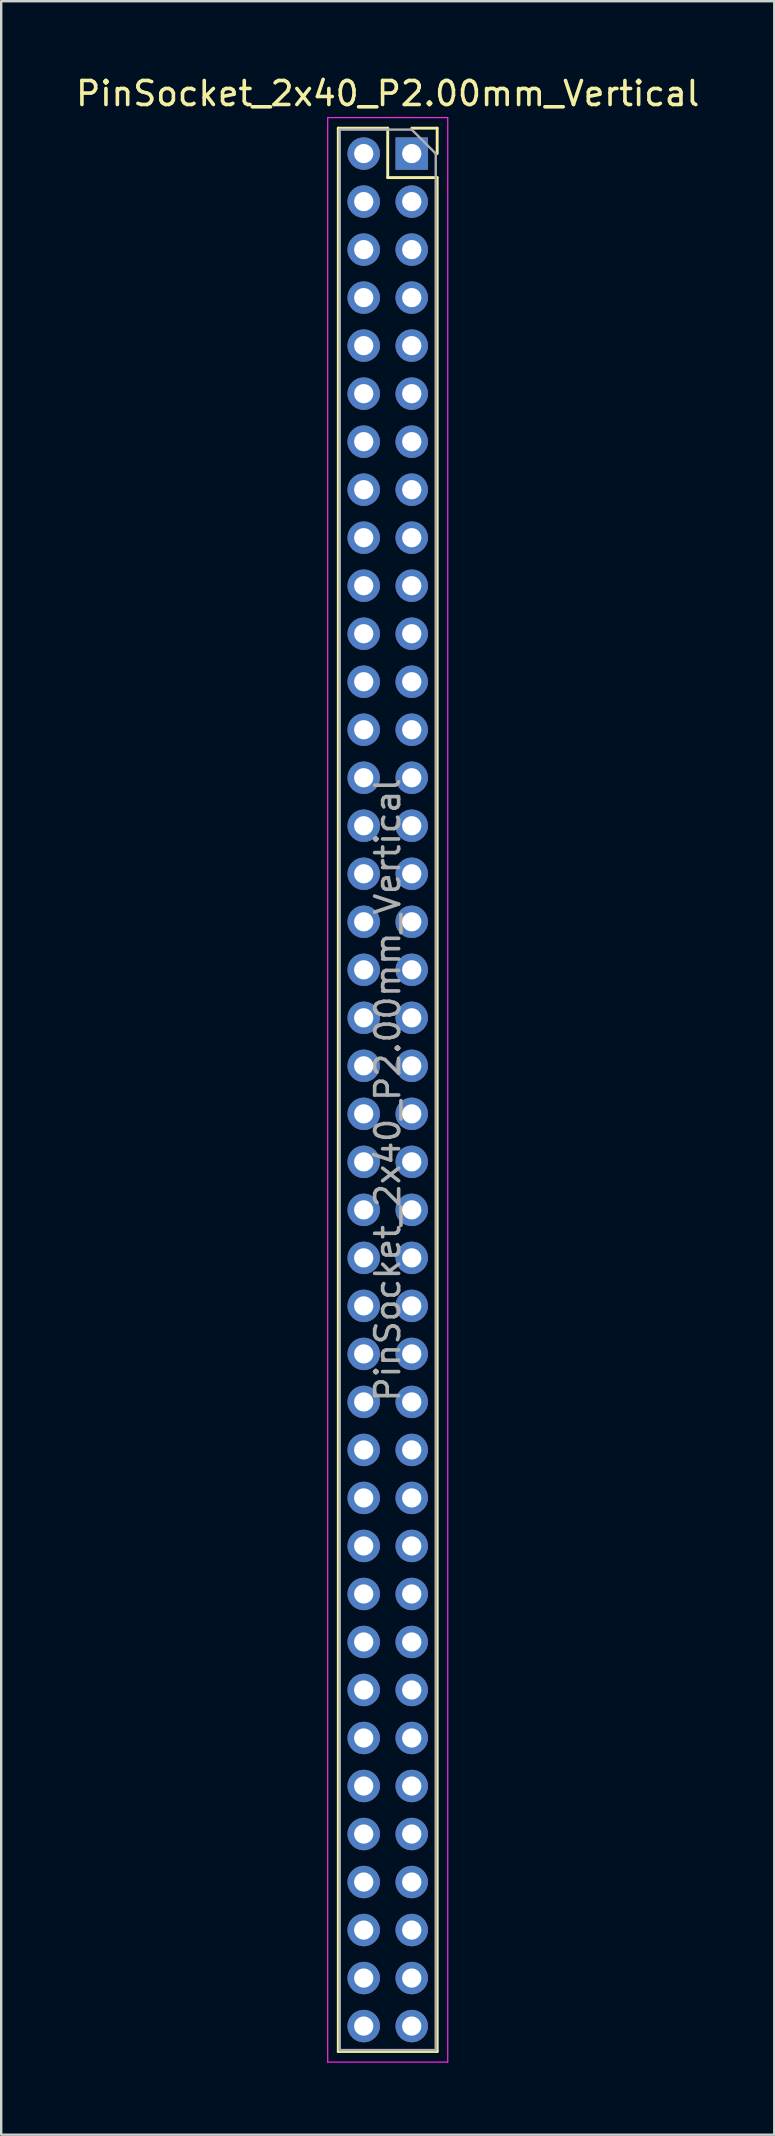
<source format=kicad_pcb>
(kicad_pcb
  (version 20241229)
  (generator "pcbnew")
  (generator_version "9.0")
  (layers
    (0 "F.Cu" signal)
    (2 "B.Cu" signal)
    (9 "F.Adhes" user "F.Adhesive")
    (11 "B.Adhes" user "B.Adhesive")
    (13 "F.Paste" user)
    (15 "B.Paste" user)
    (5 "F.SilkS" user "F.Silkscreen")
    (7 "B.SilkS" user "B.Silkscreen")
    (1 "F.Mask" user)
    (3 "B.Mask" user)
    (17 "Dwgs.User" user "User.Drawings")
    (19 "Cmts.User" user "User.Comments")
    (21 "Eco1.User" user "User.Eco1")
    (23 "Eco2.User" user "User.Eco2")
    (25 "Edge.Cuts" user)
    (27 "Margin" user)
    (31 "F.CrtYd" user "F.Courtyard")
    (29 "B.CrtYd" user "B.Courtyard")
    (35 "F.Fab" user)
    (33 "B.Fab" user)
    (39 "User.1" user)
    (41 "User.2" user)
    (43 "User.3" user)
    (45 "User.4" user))
  (footprint "PinSocket_2x40_P2.00mm_Vertical"
    (layer "F.Cu")
    (at 14.101 3.348)
    (property "Reference" "PinSocket_2x40_P2.00mm_Vertical" (at -1 -2.5 0) (layer "F.SilkS") (effects (font (size 1 1) (thickness 0.15))))
    (attr through_hole)
    (fp_line (start -3.06 -1.06) (end -3.06 79.06) (stroke (width 0.12) (type solid)) (layer "F.SilkS"))
    (fp_line (start -3.06 -1.06) (end -1 -1.06) (stroke (width 0.12) (type solid)) (layer "F.SilkS"))
    (fp_line (start -3.06 79.06) (end 1.06 79.06) (stroke (width 0.12) (type solid)) (layer "F.SilkS"))
    (fp_line (start -1 -1.06) (end -1 1) (stroke (width 0.12) (type solid)) (layer "F.SilkS"))
    (fp_line (start -1 1) (end 1.06 1) (stroke (width 0.12) (type solid)) (layer "F.SilkS"))
    (fp_line (start 0 -1.06) (end 1.06 -1.06) (stroke (width 0.12) (type solid)) (layer "F.SilkS"))
    (fp_line (start 1.06 -1.06) (end 1.06 0) (stroke (width 0.12) (type solid)) (layer "F.SilkS"))
    (fp_line (start 1.06 1) (end 1.06 79.06) (stroke (width 0.12) (type solid)) (layer "F.SilkS"))
    (fp_line (start -3.5 -1.5) (end 1.5 -1.5) (stroke (width 0.05) (type solid)) (layer "F.CrtYd"))
    (fp_line (start -3.5 79.5) (end -3.5 -1.5) (stroke (width 0.05) (type solid)) (layer "F.CrtYd"))
    (fp_line (start 1.5 -1.5) (end 1.5 79.5) (stroke (width 0.05) (type solid)) (layer "F.CrtYd"))
    (fp_line (start 1.5 79.5) (end -3.5 79.5) (stroke (width 0.05) (type solid)) (layer "F.CrtYd"))
    (fp_line (start -3 -1) (end 0 -1) (stroke (width 0.1) (type solid)) (layer "F.Fab"))
    (fp_line (start -3 79) (end -3 -1) (stroke (width 0.1) (type solid)) (layer "F.Fab"))
    (fp_line (start 0 -1) (end 1 0) (stroke (width 0.1) (type solid)) (layer "F.Fab"))
    (fp_line (start 1 0) (end 1 79) (stroke (width 0.1) (type solid)) (layer "F.Fab"))
    (fp_line (start 1 79) (end -3 79) (stroke (width 0.1) (type solid)) (layer "F.Fab"))
    (fp_text user "${REFERENCE}" (at -1 39 90) (layer "F.Fab") (effects (font (size 1 1) (thickness 0.15))))
    (pad "1" thru_hole rect (at 0 0) (size 1.35 1.35) (drill 0.8) (layers "*.Cu" "*.Mask"))
    (pad "2" thru_hole circle (at -2 0) (size 1.35 1.35) (drill 0.8) (layers "*.Cu" "*.Mask"))
    (pad "3" thru_hole circle (at 0 2) (size 1.35 1.35) (drill 0.8) (layers "*.Cu" "*.Mask"))
    (pad "4" thru_hole circle (at -2 2) (size 1.35 1.35) (drill 0.8) (layers "*.Cu" "*.Mask"))
    (pad "5" thru_hole circle (at 0 4) (size 1.35 1.35) (drill 0.8) (layers "*.Cu" "*.Mask"))
    (pad "6" thru_hole circle (at -2 4) (size 1.35 1.35) (drill 0.8) (layers "*.Cu" "*.Mask"))
    (pad "7" thru_hole circle (at 0 6) (size 1.35 1.35) (drill 0.8) (layers "*.Cu" "*.Mask"))
    (pad "8" thru_hole circle (at -2 6) (size 1.35 1.35) (drill 0.8) (layers "*.Cu" "*.Mask"))
    (pad "9" thru_hole circle (at 0 8) (size 1.35 1.35) (drill 0.8) (layers "*.Cu" "*.Mask"))
    (pad "10" thru_hole circle (at -2 8) (size 1.35 1.35) (drill 0.8) (layers "*.Cu" "*.Mask"))
    (pad "11" thru_hole circle (at 0 10) (size 1.35 1.35) (drill 0.8) (layers "*.Cu" "*.Mask"))
    (pad "12" thru_hole circle (at -2 10) (size 1.35 1.35) (drill 0.8) (layers "*.Cu" "*.Mask"))
    (pad "13" thru_hole circle (at 0 12) (size 1.35 1.35) (drill 0.8) (layers "*.Cu" "*.Mask"))
    (pad "14" thru_hole circle (at -2 12) (size 1.35 1.35) (drill 0.8) (layers "*.Cu" "*.Mask"))
    (pad "15" thru_hole circle (at 0 14) (size 1.35 1.35) (drill 0.8) (layers "*.Cu" "*.Mask"))
    (pad "16" thru_hole circle (at -2 14) (size 1.35 1.35) (drill 0.8) (layers "*.Cu" "*.Mask"))
    (pad "17" thru_hole circle (at 0 16) (size 1.35 1.35) (drill 0.8) (layers "*.Cu" "*.Mask"))
    (pad "18" thru_hole circle (at -2 16) (size 1.35 1.35) (drill 0.8) (layers "*.Cu" "*.Mask"))
    (pad "19" thru_hole circle (at 0 18) (size 1.35 1.35) (drill 0.8) (layers "*.Cu" "*.Mask"))
    (pad "20" thru_hole circle (at -2 18) (size 1.35 1.35) (drill 0.8) (layers "*.Cu" "*.Mask"))
    (pad "21" thru_hole circle (at 0 20) (size 1.35 1.35) (drill 0.8) (layers "*.Cu" "*.Mask"))
    (pad "22" thru_hole circle (at -2 20) (size 1.35 1.35) (drill 0.8) (layers "*.Cu" "*.Mask"))
    (pad "23" thru_hole circle (at 0 22) (size 1.35 1.35) (drill 0.8) (layers "*.Cu" "*.Mask"))
    (pad "24" thru_hole circle (at -2 22) (size 1.35 1.35) (drill 0.8) (layers "*.Cu" "*.Mask"))
    (pad "25" thru_hole circle (at 0 24) (size 1.35 1.35) (drill 0.8) (layers "*.Cu" "*.Mask"))
    (pad "26" thru_hole circle (at -2 24) (size 1.35 1.35) (drill 0.8) (layers "*.Cu" "*.Mask"))
    (pad "27" thru_hole circle (at 0 26) (size 1.35 1.35) (drill 0.8) (layers "*.Cu" "*.Mask"))
    (pad "28" thru_hole circle (at -2 26) (size 1.35 1.35) (drill 0.8) (layers "*.Cu" "*.Mask"))
    (pad "29" thru_hole circle (at 0 28) (size 1.35 1.35) (drill 0.8) (layers "*.Cu" "*.Mask"))
    (pad "30" thru_hole circle (at -2 28) (size 1.35 1.35) (drill 0.8) (layers "*.Cu" "*.Mask"))
    (pad "31" thru_hole circle (at 0 30) (size 1.35 1.35) (drill 0.8) (layers "*.Cu" "*.Mask"))
    (pad "32" thru_hole circle (at -2 30) (size 1.35 1.35) (drill 0.8) (layers "*.Cu" "*.Mask"))
    (pad "33" thru_hole circle (at 0 32) (size 1.35 1.35) (drill 0.8) (layers "*.Cu" "*.Mask"))
    (pad "34" thru_hole circle (at -2 32) (size 1.35 1.35) (drill 0.8) (layers "*.Cu" "*.Mask"))
    (pad "35" thru_hole circle (at 0 34) (size 1.35 1.35) (drill 0.8) (layers "*.Cu" "*.Mask"))
    (pad "36" thru_hole circle (at -2 34) (size 1.35 1.35) (drill 0.8) (layers "*.Cu" "*.Mask"))
    (pad "37" thru_hole circle (at 0 36) (size 1.35 1.35) (drill 0.8) (layers "*.Cu" "*.Mask"))
    (pad "38" thru_hole circle (at -2 36) (size 1.35 1.35) (drill 0.8) (layers "*.Cu" "*.Mask"))
    (pad "39" thru_hole circle (at 0 38) (size 1.35 1.35) (drill 0.8) (layers "*.Cu" "*.Mask"))
    (pad "40" thru_hole circle (at -2 38) (size 1.35 1.35) (drill 0.8) (layers "*.Cu" "*.Mask"))
    (pad "41" thru_hole circle (at 0 40) (size 1.35 1.35) (drill 0.8) (layers "*.Cu" "*.Mask"))
    (pad "42" thru_hole circle (at -2 40) (size 1.35 1.35) (drill 0.8) (layers "*.Cu" "*.Mask"))
    (pad "43" thru_hole circle (at 0 42) (size 1.35 1.35) (drill 0.8) (layers "*.Cu" "*.Mask"))
    (pad "44" thru_hole circle (at -2 42) (size 1.35 1.35) (drill 0.8) (layers "*.Cu" "*.Mask"))
    (pad "45" thru_hole circle (at 0 44) (size 1.35 1.35) (drill 0.8) (layers "*.Cu" "*.Mask"))
    (pad "46" thru_hole circle (at -2 44) (size 1.35 1.35) (drill 0.8) (layers "*.Cu" "*.Mask"))
    (pad "47" thru_hole circle (at 0 46) (size 1.35 1.35) (drill 0.8) (layers "*.Cu" "*.Mask"))
    (pad "48" thru_hole circle (at -2 46) (size 1.35 1.35) (drill 0.8) (layers "*.Cu" "*.Mask"))
    (pad "49" thru_hole circle (at 0 48) (size 1.35 1.35) (drill 0.8) (layers "*.Cu" "*.Mask"))
    (pad "50" thru_hole circle (at -2 48) (size 1.35 1.35) (drill 0.8) (layers "*.Cu" "*.Mask"))
    (pad "51" thru_hole circle (at 0 50) (size 1.35 1.35) (drill 0.8) (layers "*.Cu" "*.Mask"))
    (pad "52" thru_hole circle (at -2 50) (size 1.35 1.35) (drill 0.8) (layers "*.Cu" "*.Mask"))
    (pad "53" thru_hole circle (at 0 52) (size 1.35 1.35) (drill 0.8) (layers "*.Cu" "*.Mask"))
    (pad "54" thru_hole circle (at -2 52) (size 1.35 1.35) (drill 0.8) (layers "*.Cu" "*.Mask"))
    (pad "55" thru_hole circle (at 0 54) (size 1.35 1.35) (drill 0.8) (layers "*.Cu" "*.Mask"))
    (pad "56" thru_hole circle (at -2 54) (size 1.35 1.35) (drill 0.8) (layers "*.Cu" "*.Mask"))
    (pad "57" thru_hole circle (at 0 56) (size 1.35 1.35) (drill 0.8) (layers "*.Cu" "*.Mask"))
    (pad "58" thru_hole circle (at -2 56) (size 1.35 1.35) (drill 0.8) (layers "*.Cu" "*.Mask"))
    (pad "59" thru_hole circle (at 0 58) (size 1.35 1.35) (drill 0.8) (layers "*.Cu" "*.Mask"))
    (pad "60" thru_hole circle (at -2 58) (size 1.35 1.35) (drill 0.8) (layers "*.Cu" "*.Mask"))
    (pad "61" thru_hole circle (at 0 60) (size 1.35 1.35) (drill 0.8) (layers "*.Cu" "*.Mask"))
    (pad "62" thru_hole circle (at -2 60) (size 1.35 1.35) (drill 0.8) (layers "*.Cu" "*.Mask"))
    (pad "63" thru_hole circle (at 0 62) (size 1.35 1.35) (drill 0.8) (layers "*.Cu" "*.Mask"))
    (pad "64" thru_hole circle (at -2 62) (size 1.35 1.35) (drill 0.8) (layers "*.Cu" "*.Mask"))
    (pad "65" thru_hole circle (at 0 64) (size 1.35 1.35) (drill 0.8) (layers "*.Cu" "*.Mask"))
    (pad "66" thru_hole circle (at -2 64) (size 1.35 1.35) (drill 0.8) (layers "*.Cu" "*.Mask"))
    (pad "67" thru_hole circle (at 0 66) (size 1.35 1.35) (drill 0.8) (layers "*.Cu" "*.Mask"))
    (pad "68" thru_hole circle (at -2 66) (size 1.35 1.35) (drill 0.8) (layers "*.Cu" "*.Mask"))
    (pad "69" thru_hole circle (at 0 68) (size 1.35 1.35) (drill 0.8) (layers "*.Cu" "*.Mask"))
    (pad "70" thru_hole circle (at -2 68) (size 1.35 1.35) (drill 0.8) (layers "*.Cu" "*.Mask"))
    (pad "71" thru_hole circle (at 0 70) (size 1.35 1.35) (drill 0.8) (layers "*.Cu" "*.Mask"))
    (pad "72" thru_hole circle (at -2 70) (size 1.35 1.35) (drill 0.8) (layers "*.Cu" "*.Mask"))
    (pad "73" thru_hole circle (at 0 72) (size 1.35 1.35) (drill 0.8) (layers "*.Cu" "*.Mask"))
    (pad "74" thru_hole circle (at -2 72) (size 1.35 1.35) (drill 0.8) (layers "*.Cu" "*.Mask"))
    (pad "75" thru_hole circle (at 0 74) (size 1.35 1.35) (drill 0.8) (layers "*.Cu" "*.Mask"))
    (pad "76" thru_hole circle (at -2 74) (size 1.35 1.35) (drill 0.8) (layers "*.Cu" "*.Mask"))
    (pad "77" thru_hole circle (at 0 76) (size 1.35 1.35) (drill 0.8) (layers "*.Cu" "*.Mask"))
    (pad "78" thru_hole circle (at -2 76) (size 1.35 1.35) (drill 0.8) (layers "*.Cu" "*.Mask"))
    (pad "79" thru_hole circle (at 0 78) (size 1.35 1.35) (drill 0.8) (layers "*.Cu" "*.Mask"))
    (pad "80" thru_hole circle (at -2 78) (size 1.35 1.35) (drill 0.8) (layers "*.Cu" "*.Mask")))
  (gr_rect
    (start -3 -3)
    (end 29.202 85.873)
    (stroke (width 0.1) (type default))
    (fill no)
    (layer "Edge.Cuts")))
</source>
